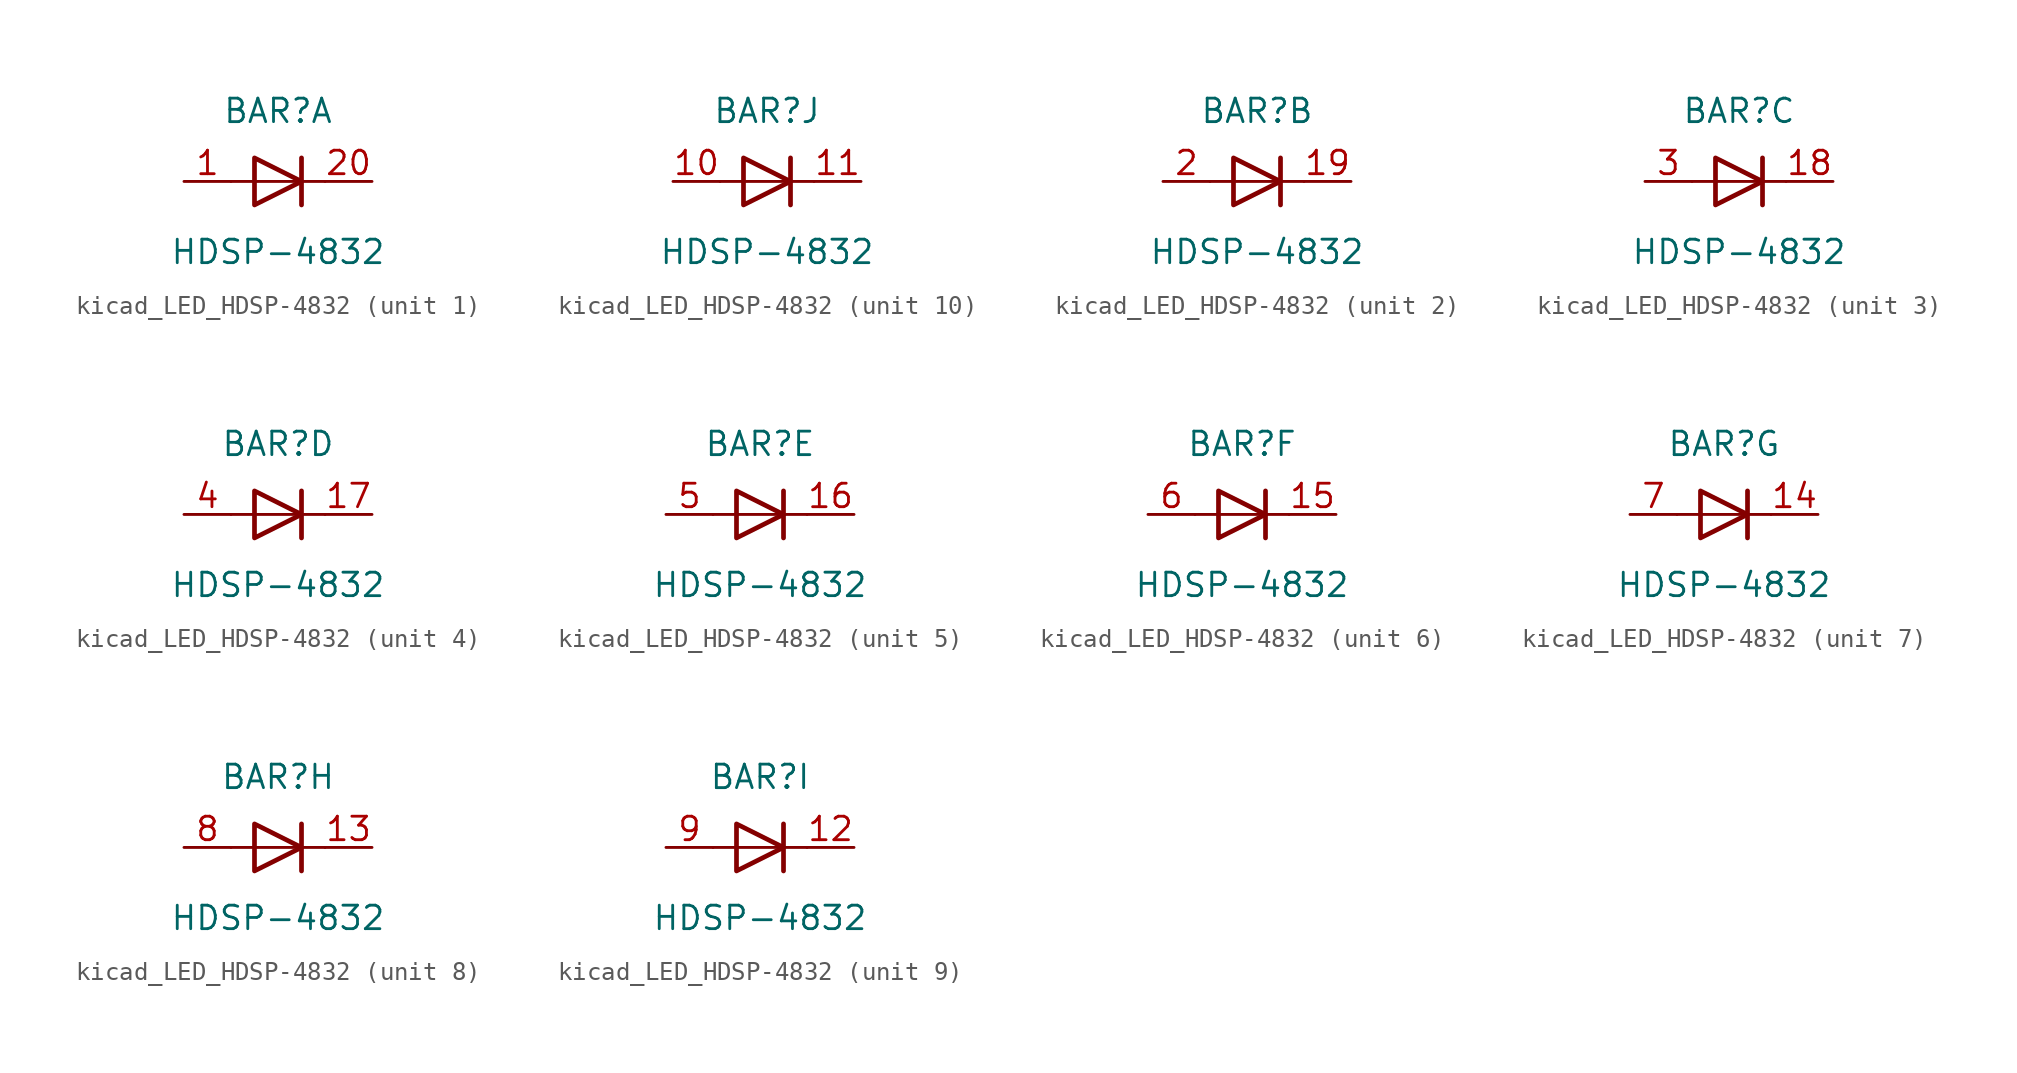
<source format=kicad_sym>
(kicad_symbol_lib
  (version 20220914)
  (generator kicad_symbol_editor)
  (symbol "kicad_LED_HDSP-4832"
    (pin_names
      (offset 1.016) hide)
    (property "Reference" "BAR"
      (at 0 3.81 0)
      (effects (font (size 1.27 1.27))))
    (property "Value" "HDSP-4832"
      (at 0 -3.81 0)
      (effects (font (size 1.27 1.27))))
    (symbol "kicad_LED_HDSP-4832_0_1"
      (polyline (pts (xy -2.54 0) (xy 2.54 0)) (stroke (width 0) (type default)) (fill (type none)))
      (polyline (pts (xy 1.27 -1.27) (xy 1.27 1.27)) (stroke (width 0.254) (type default)) (fill (type none)))
      (polyline (pts (xy -1.27 1.27) (xy -1.27 -1.27) (xy 1.27 0) (xy -1.27 1.27)) (stroke (width 0.254) (type default)) (fill (type none))))
    (symbol "kicad_LED_HDSP-4832_1_1"
      (pin passive line (at -5.08 0 0) (length 2.54) (name "A" (effects (font (size 1.27 1.27)))) (number "1" (effects (font (size 1.27 1.27)))))
      (pin passive line (at 5.08 0 180) (length 2.54) (name "K" (effects (font (size 1.27 1.27)))) (number "20" (effects (font (size 1.27 1.27))))))
    (symbol "kicad_LED_HDSP-4832_2_1"
      (pin passive line (at 5.08 0 180) (length 2.54) (name "K" (effects (font (size 1.27 1.27)))) (number "19" (effects (font (size 1.27 1.27)))))
      (pin passive line (at -5.08 0 0) (length 2.54) (name "A" (effects (font (size 1.27 1.27)))) (number "2" (effects (font (size 1.27 1.27))))))
    (symbol "kicad_LED_HDSP-4832_3_1"
      (pin passive line (at 5.08 0 180) (length 2.54) (name "K" (effects (font (size 1.27 1.27)))) (number "18" (effects (font (size 1.27 1.27)))))
      (pin passive line (at -5.08 0 0) (length 2.54) (name "A" (effects (font (size 1.27 1.27)))) (number "3" (effects (font (size 1.27 1.27))))))
    (symbol "kicad_LED_HDSP-4832_4_1"
      (pin passive line (at 5.08 0 180) (length 2.54) (name "K" (effects (font (size 1.27 1.27)))) (number "17" (effects (font (size 1.27 1.27)))))
      (pin passive line (at -5.08 0 0) (length 2.54) (name "A" (effects (font (size 1.27 1.27)))) (number "4" (effects (font (size 1.27 1.27))))))
    (symbol "kicad_LED_HDSP-4832_5_1"
      (pin passive line (at 5.08 0 180) (length 2.54) (name "K" (effects (font (size 1.27 1.27)))) (number "16" (effects (font (size 1.27 1.27)))))
      (pin passive line (at -5.08 0 0) (length 2.54) (name "A" (effects (font (size 1.27 1.27)))) (number "5" (effects (font (size 1.27 1.27))))))
    (symbol "kicad_LED_HDSP-4832_6_1"
      (pin passive line (at 5.08 0 180) (length 2.54) (name "K" (effects (font (size 1.27 1.27)))) (number "15" (effects (font (size 1.27 1.27)))))
      (pin passive line (at -5.08 0 0) (length 2.54) (name "A" (effects (font (size 1.27 1.27)))) (number "6" (effects (font (size 1.27 1.27))))))
    (symbol "kicad_LED_HDSP-4832_7_1"
      (pin passive line (at 5.08 0 180) (length 2.54) (name "K" (effects (font (size 1.27 1.27)))) (number "14" (effects (font (size 1.27 1.27)))))
      (pin passive line (at -5.08 0 0) (length 2.54) (name "A" (effects (font (size 1.27 1.27)))) (number "7" (effects (font (size 1.27 1.27))))))
    (symbol "kicad_LED_HDSP-4832_8_1"
      (pin passive line (at 5.08 0 180) (length 2.54) (name "K" (effects (font (size 1.27 1.27)))) (number "13" (effects (font (size 1.27 1.27)))))
      (pin passive line (at -5.08 0 0) (length 2.54) (name "A" (effects (font (size 1.27 1.27)))) (number "8" (effects (font (size 1.27 1.27))))))
    (symbol "kicad_LED_HDSP-4832_9_1"
      (pin passive line (at 5.08 0 180) (length 2.54) (name "K" (effects (font (size 1.27 1.27)))) (number "12" (effects (font (size 1.27 1.27)))))
      (pin passive line (at -5.08 0 0) (length 2.54) (name "A" (effects (font (size 1.27 1.27)))) (number "9" (effects (font (size 1.27 1.27))))))
    (symbol "kicad_LED_HDSP-4832_10_1"
      (pin passive line (at -5.08 0 0) (length 2.54) (name "A" (effects (font (size 1.27 1.27)))) (number "10" (effects (font (size 1.27 1.27)))))
      (pin passive line (at 5.08 0 180) (length 2.54) (name "K" (effects (font (size 1.27 1.27)))) (number "11" (effects (font (size 1.27 1.27))))))))
</source>
